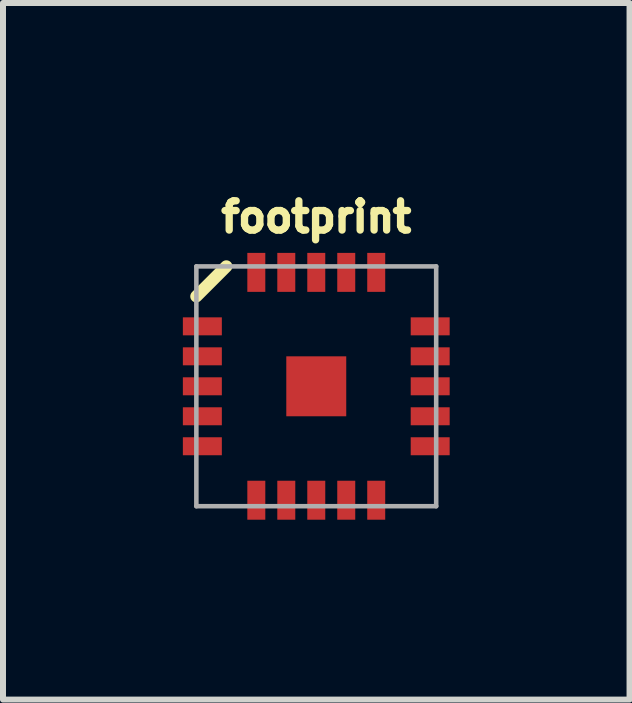
<source format=kicad_pcb>
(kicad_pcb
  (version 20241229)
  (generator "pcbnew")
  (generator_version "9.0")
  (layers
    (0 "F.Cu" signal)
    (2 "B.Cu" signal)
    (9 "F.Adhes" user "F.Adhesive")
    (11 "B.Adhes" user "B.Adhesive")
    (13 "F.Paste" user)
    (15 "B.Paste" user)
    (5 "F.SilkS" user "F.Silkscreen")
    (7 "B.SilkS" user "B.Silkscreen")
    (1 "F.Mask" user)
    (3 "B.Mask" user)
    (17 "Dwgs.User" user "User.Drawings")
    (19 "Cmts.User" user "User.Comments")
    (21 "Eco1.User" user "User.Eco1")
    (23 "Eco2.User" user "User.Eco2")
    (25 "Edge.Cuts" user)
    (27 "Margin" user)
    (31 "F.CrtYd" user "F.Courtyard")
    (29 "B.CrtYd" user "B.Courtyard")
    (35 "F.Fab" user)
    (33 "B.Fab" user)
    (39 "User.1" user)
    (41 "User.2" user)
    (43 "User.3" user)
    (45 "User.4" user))
  (footprint "footprint"
    (layer "F.Cu")
    (at 2.225 3.393)
    (property "Reference" "footprint" (at 0 -2.54 0) (layer "F.SilkS") (effects (font (size 0.488 0.488) (thickness 0.122)) (justify bottom)))
    (fp_line (start -1.5 -2) (end -2 -1.5) (stroke (width 0.203) (type solid)) (layer "F.SilkS"))
    (fp_poly (pts (xy -2.095 -0.902) (xy -1.613 -0.902) (xy -1.613 -1.105) (xy -2.095 -1.105)) (stroke (width 0) (type solid)) (fill yes) (layer "F.Paste"))
    (fp_poly (pts (xy -2.095 -0.394) (xy -1.613 -0.394) (xy -1.613 -0.597) (xy -2.095 -0.597)) (stroke (width 0) (type solid)) (fill yes) (layer "F.Paste"))
    (fp_poly (pts (xy -2.095 0.102) (xy -1.613 0.102) (xy -1.613 -0.102) (xy -2.095 -0.102)) (stroke (width 0) (type solid)) (fill yes) (layer "F.Paste"))
    (fp_poly (pts (xy -2.095 0.597) (xy -1.613 0.597) (xy -1.613 0.394) (xy -2.095 0.394)) (stroke (width 0) (type solid)) (fill yes) (layer "F.Paste"))
    (fp_poly (pts (xy -2.095 1.105) (xy -1.613 1.105) (xy -1.613 0.902) (xy -2.095 0.902)) (stroke (width 0) (type solid)) (fill yes) (layer "F.Paste"))
    (fp_poly (pts (xy -0.902 -1.613) (xy -0.902 -2.095) (xy -1.105 -2.095) (xy -1.105 -1.613)) (stroke (width 0) (type solid)) (fill yes) (layer "F.Paste"))
    (fp_poly (pts (xy -0.902 2.095) (xy -0.902 1.613) (xy -1.105 1.613) (xy -1.105 2.095)) (stroke (width 0) (type solid)) (fill yes) (layer "F.Paste"))
    (fp_poly (pts (xy -0.394 -1.613) (xy -0.394 -2.095) (xy -0.597 -2.095) (xy -0.597 -1.613)) (stroke (width 0) (type solid)) (fill yes) (layer "F.Paste"))
    (fp_poly (pts (xy -0.394 2.095) (xy -0.394 1.613) (xy -0.597 1.613) (xy -0.597 2.095)) (stroke (width 0) (type solid)) (fill yes) (layer "F.Paste"))
    (fp_poly (pts (xy -0.25 0.25) (xy 0.25 0.25) (xy 0.25 -0.25) (xy -0.25 -0.25)) (stroke (width 0) (type solid)) (fill yes) (layer "F.Paste"))
    (fp_poly (pts (xy 0.102 -1.613) (xy 0.102 -2.095) (xy -0.102 -2.095) (xy -0.102 -1.613)) (stroke (width 0) (type solid)) (fill yes) (layer "F.Paste"))
    (fp_poly (pts (xy 0.102 2.095) (xy 0.102 1.613) (xy -0.102 1.613) (xy -0.102 2.095)) (stroke (width 0) (type solid)) (fill yes) (layer "F.Paste"))
    (fp_poly (pts (xy 0.597 -1.613) (xy 0.597 -2.095) (xy 0.394 -2.095) (xy 0.394 -1.613)) (stroke (width 0) (type solid)) (fill yes) (layer "F.Paste"))
    (fp_poly (pts (xy 0.597 2.095) (xy 0.597 1.613) (xy 0.394 1.613) (xy 0.394 2.095)) (stroke (width 0) (type solid)) (fill yes) (layer "F.Paste"))
    (fp_poly (pts (xy 1.105 -1.613) (xy 1.105 -2.095) (xy 0.902 -2.095) (xy 0.902 -1.613)) (stroke (width 0) (type solid)) (fill yes) (layer "F.Paste"))
    (fp_poly (pts (xy 1.105 2.095) (xy 1.105 1.613) (xy 0.902 1.613) (xy 0.902 2.095)) (stroke (width 0) (type solid)) (fill yes) (layer "F.Paste"))
    (fp_poly (pts (xy 1.613 -0.902) (xy 2.095 -0.902) (xy 2.095 -1.105) (xy 1.613 -1.105)) (stroke (width 0) (type solid)) (fill yes) (layer "F.Paste"))
    (fp_poly (pts (xy 1.613 -0.394) (xy 2.095 -0.394) (xy 2.095 -0.597) (xy 1.613 -0.597)) (stroke (width 0) (type solid)) (fill yes) (layer "F.Paste"))
    (fp_poly (pts (xy 1.613 0.102) (xy 2.095 0.102) (xy 2.095 -0.102) (xy 1.613 -0.102)) (stroke (width 0) (type solid)) (fill yes) (layer "F.Paste"))
    (fp_poly (pts (xy 1.613 0.597) (xy 2.095 0.597) (xy 2.095 0.394) (xy 1.613 0.394)) (stroke (width 0) (type solid)) (fill yes) (layer "F.Paste"))
    (fp_poly (pts (xy 1.613 1.105) (xy 2.095 1.105) (xy 2.095 0.902) (xy 1.613 0.902)) (stroke (width 0) (type solid)) (fill yes) (layer "F.Paste"))
    (fp_line (start -2 -2) (end 2 -2) (stroke (width 0.076) (type solid)) (layer "F.Fab"))
    (fp_line (start -2 2) (end -2 -2) (stroke (width 0.076) (type solid)) (layer "F.Fab"))
    (fp_line (start 2 -2) (end 2 2) (stroke (width 0.076) (type solid)) (layer "F.Fab"))
    (fp_line (start 2 2) (end -2 2) (stroke (width 0.076) (type solid)) (layer "F.Fab"))
    (pad "0" smd rect (at 0 0 180) (size 1 1) (layers "F.Cu" "F.Mask"))
    (pad "1" smd rect (at -1.9 -1) (size 0.65 0.3) (layers "F.Cu" "F.Mask"))
    (pad "2" smd rect (at -1.9 -0.5) (size 0.65 0.3) (layers "F.Cu" "F.Mask"))
    (pad "3" smd rect (at -1.9 0) (size 0.65 0.3) (layers "F.Cu" "F.Mask"))
    (pad "4" smd rect (at -1.9 0.5) (size 0.65 0.3) (layers "F.Cu" "F.Mask"))
    (pad "5" smd rect (at -1.9 1 180) (size 0.65 0.3) (layers "F.Cu" "F.Mask"))
    (pad "6" smd rect (at -1 1.9 270) (size 0.65 0.3) (layers "F.Cu" "F.Mask"))
    (pad "7" smd rect (at -0.5 1.9 270) (size 0.65 0.3) (layers "F.Cu" "F.Mask"))
    (pad "8" smd rect (at 0 1.9 270) (size 0.65 0.3) (layers "F.Cu" "F.Mask"))
    (pad "9" smd rect (at 0.5 1.9 90) (size 0.65 0.3) (layers "F.Cu" "F.Mask"))
    (pad "10" smd rect (at 1 1.9 90) (size 0.65 0.3) (layers "F.Cu" "F.Mask"))
    (pad "11" smd rect (at 1.9 1 180) (size 0.65 0.3) (layers "F.Cu" "F.Mask"))
    (pad "12" smd rect (at 1.9 0.5 180) (size 0.65 0.3) (layers "F.Cu" "F.Mask"))
    (pad "13" smd rect (at 1.9 0) (size 0.65 0.3) (layers "F.Cu" "F.Mask"))
    (pad "14" smd rect (at 1.9 -0.5) (size 0.65 0.3) (layers "F.Cu" "F.Mask"))
    (pad "15" smd rect (at 1.9 -1) (size 0.65 0.3) (layers "F.Cu" "F.Mask"))
    (pad "16" smd rect (at 1 -1.9 90) (size 0.65 0.3) (layers "F.Cu" "F.Mask"))
    (pad "17" smd rect (at 0.5 -1.9 270) (size 0.65 0.3) (layers "F.Cu" "F.Mask"))
    (pad "18" smd rect (at 0 -1.9 90) (size 0.65 0.3) (layers "F.Cu" "F.Mask"))
    (pad "19" smd rect (at -0.5 -1.9 90) (size 0.65 0.3) (layers "F.Cu" "F.Mask"))
    (pad "20" smd rect (at -1 -1.9 90) (size 0.65 0.3) (layers "F.Cu" "F.Mask")))
  (gr_rect
    (start -3 -3)
    (end 7.45 8.618)
    (stroke (width 0.1) (type default))
    (fill no)
    (layer "Edge.Cuts")))
</source>
